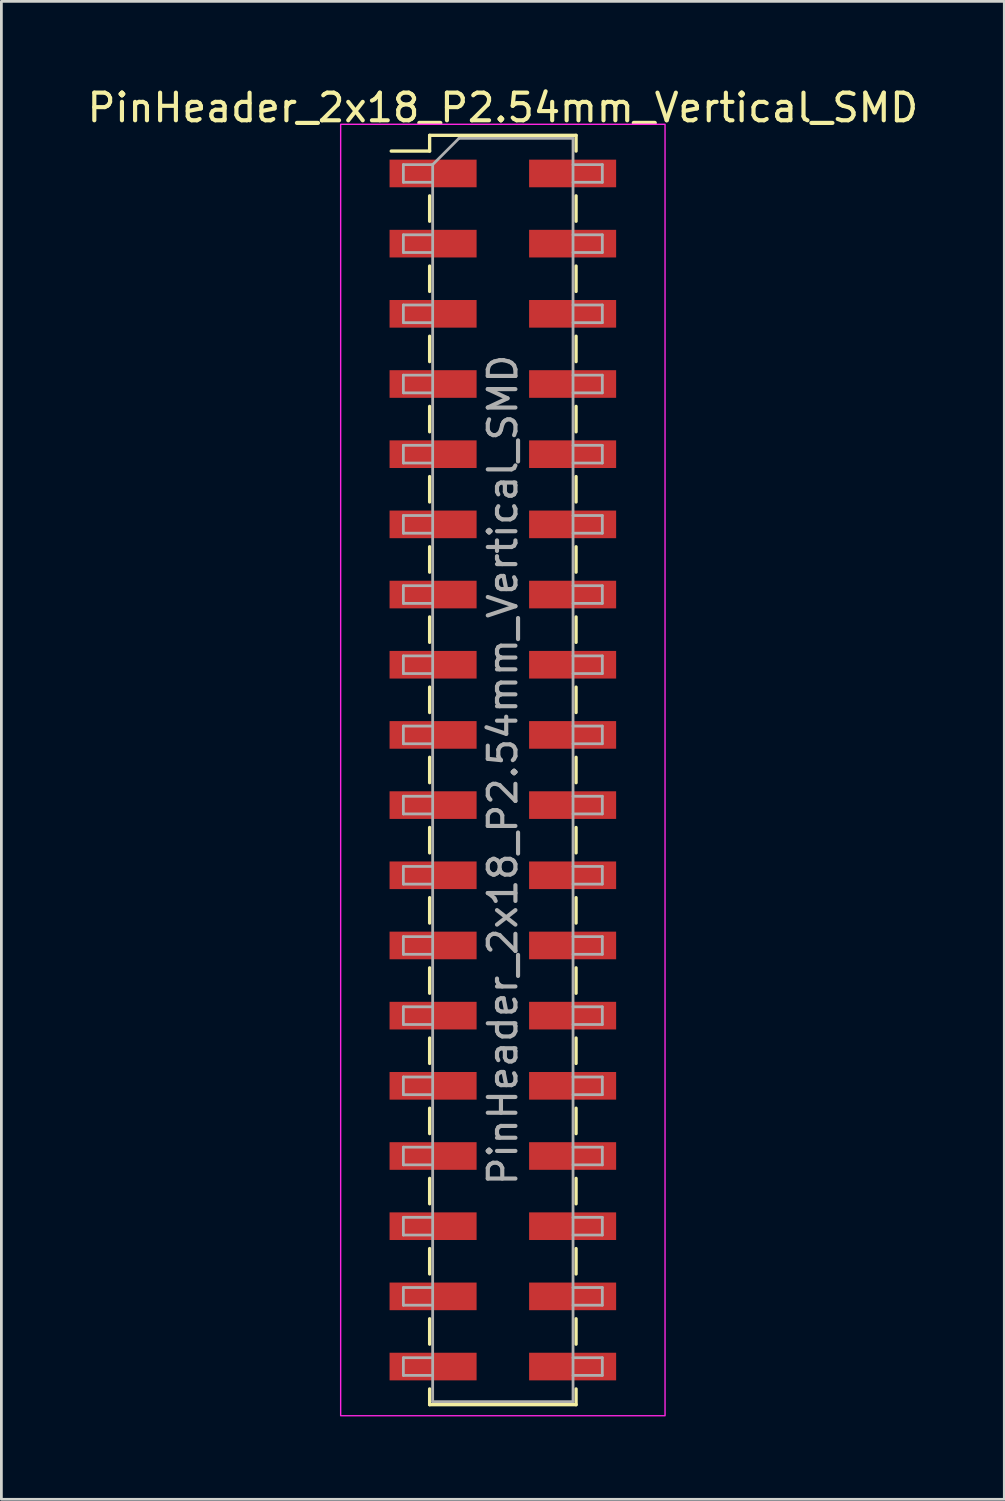
<source format=kicad_pcb>
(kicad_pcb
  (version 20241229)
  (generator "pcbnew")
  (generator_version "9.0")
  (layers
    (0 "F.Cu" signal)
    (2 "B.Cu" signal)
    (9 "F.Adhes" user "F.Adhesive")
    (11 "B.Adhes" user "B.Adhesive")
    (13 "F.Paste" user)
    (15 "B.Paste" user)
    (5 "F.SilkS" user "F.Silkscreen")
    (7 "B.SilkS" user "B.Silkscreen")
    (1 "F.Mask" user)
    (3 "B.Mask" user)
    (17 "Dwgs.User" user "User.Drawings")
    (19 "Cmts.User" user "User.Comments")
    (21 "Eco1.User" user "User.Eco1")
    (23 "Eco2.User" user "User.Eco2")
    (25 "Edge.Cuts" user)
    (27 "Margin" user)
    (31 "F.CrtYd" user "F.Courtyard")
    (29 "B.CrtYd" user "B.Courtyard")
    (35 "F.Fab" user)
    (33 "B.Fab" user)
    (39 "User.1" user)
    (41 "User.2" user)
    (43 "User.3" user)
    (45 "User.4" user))
  (footprint "PinHeader_2x18_P2.54mm_Vertical_SMD"
    (layer "F.Cu")
    (at 15.149 24.818)
    (property "Reference" "PinHeader_2x18_P2.54mm_Vertical_SMD" (at 0 -23.97 0) (layer "F.SilkS") (effects (font (size 1 1) (thickness 0.15))))
    (attr smd)
    (fp_line (start -4.04 -22.4) (end -2.65 -22.4) (stroke (width 0.12) (type solid)) (layer "F.SilkS"))
    (fp_line (start -2.65 -22.97) (end -2.65 -22.4) (stroke (width 0.12) (type solid)) (layer "F.SilkS"))
    (fp_line (start -2.65 -22.97) (end 2.65 -22.97) (stroke (width 0.12) (type solid)) (layer "F.SilkS"))
    (fp_line (start -2.65 -20.78) (end -2.65 -19.86) (stroke (width 0.12) (type solid)) (layer "F.SilkS"))
    (fp_line (start -2.65 -18.24) (end -2.65 -17.32) (stroke (width 0.12) (type solid)) (layer "F.SilkS"))
    (fp_line (start -2.65 -15.7) (end -2.65 -14.78) (stroke (width 0.12) (type solid)) (layer "F.SilkS"))
    (fp_line (start -2.65 -13.16) (end -2.65 -12.24) (stroke (width 0.12) (type solid)) (layer "F.SilkS"))
    (fp_line (start -2.65 -10.62) (end -2.65 -9.7) (stroke (width 0.12) (type solid)) (layer "F.SilkS"))
    (fp_line (start -2.65 -8.08) (end -2.65 -7.16) (stroke (width 0.12) (type solid)) (layer "F.SilkS"))
    (fp_line (start -2.65 -5.54) (end -2.65 -4.62) (stroke (width 0.12) (type solid)) (layer "F.SilkS"))
    (fp_line (start -2.65 -3) (end -2.65 -2.08) (stroke (width 0.12) (type solid)) (layer "F.SilkS"))
    (fp_line (start -2.65 -0.46) (end -2.65 0.46) (stroke (width 0.12) (type solid)) (layer "F.SilkS"))
    (fp_line (start -2.65 2.08) (end -2.65 3) (stroke (width 0.12) (type solid)) (layer "F.SilkS"))
    (fp_line (start -2.65 4.62) (end -2.65 5.54) (stroke (width 0.12) (type solid)) (layer "F.SilkS"))
    (fp_line (start -2.65 7.16) (end -2.65 8.08) (stroke (width 0.12) (type solid)) (layer "F.SilkS"))
    (fp_line (start -2.65 9.7) (end -2.65 10.62) (stroke (width 0.12) (type solid)) (layer "F.SilkS"))
    (fp_line (start -2.65 12.24) (end -2.65 13.16) (stroke (width 0.12) (type solid)) (layer "F.SilkS"))
    (fp_line (start -2.65 14.78) (end -2.65 15.7) (stroke (width 0.12) (type solid)) (layer "F.SilkS"))
    (fp_line (start -2.65 17.32) (end -2.65 18.24) (stroke (width 0.12) (type solid)) (layer "F.SilkS"))
    (fp_line (start -2.65 19.86) (end -2.65 20.78) (stroke (width 0.12) (type solid)) (layer "F.SilkS"))
    (fp_line (start -2.65 22.4) (end -2.65 22.97) (stroke (width 0.12) (type solid)) (layer "F.SilkS"))
    (fp_line (start -2.65 22.97) (end 2.65 22.97) (stroke (width 0.12) (type solid)) (layer "F.SilkS"))
    (fp_line (start 2.65 -22.97) (end 2.65 -22.4) (stroke (width 0.12) (type solid)) (layer "F.SilkS"))
    (fp_line (start 2.65 -20.78) (end 2.65 -19.86) (stroke (width 0.12) (type solid)) (layer "F.SilkS"))
    (fp_line (start 2.65 -18.24) (end 2.65 -17.32) (stroke (width 0.12) (type solid)) (layer "F.SilkS"))
    (fp_line (start 2.65 -15.7) (end 2.65 -14.78) (stroke (width 0.12) (type solid)) (layer "F.SilkS"))
    (fp_line (start 2.65 -13.16) (end 2.65 -12.24) (stroke (width 0.12) (type solid)) (layer "F.SilkS"))
    (fp_line (start 2.65 -10.62) (end 2.65 -9.7) (stroke (width 0.12) (type solid)) (layer "F.SilkS"))
    (fp_line (start 2.65 -8.08) (end 2.65 -7.16) (stroke (width 0.12) (type solid)) (layer "F.SilkS"))
    (fp_line (start 2.65 -5.54) (end 2.65 -4.62) (stroke (width 0.12) (type solid)) (layer "F.SilkS"))
    (fp_line (start 2.65 -3) (end 2.65 -2.08) (stroke (width 0.12) (type solid)) (layer "F.SilkS"))
    (fp_line (start 2.65 -0.46) (end 2.65 0.46) (stroke (width 0.12) (type solid)) (layer "F.SilkS"))
    (fp_line (start 2.65 2.08) (end 2.65 3) (stroke (width 0.12) (type solid)) (layer "F.SilkS"))
    (fp_line (start 2.65 4.62) (end 2.65 5.54) (stroke (width 0.12) (type solid)) (layer "F.SilkS"))
    (fp_line (start 2.65 7.16) (end 2.65 8.08) (stroke (width 0.12) (type solid)) (layer "F.SilkS"))
    (fp_line (start 2.65 9.7) (end 2.65 10.62) (stroke (width 0.12) (type solid)) (layer "F.SilkS"))
    (fp_line (start 2.65 12.24) (end 2.65 13.16) (stroke (width 0.12) (type solid)) (layer "F.SilkS"))
    (fp_line (start 2.65 14.78) (end 2.65 15.7) (stroke (width 0.12) (type solid)) (layer "F.SilkS"))
    (fp_line (start 2.65 17.32) (end 2.65 18.24) (stroke (width 0.12) (type solid)) (layer "F.SilkS"))
    (fp_line (start 2.65 19.86) (end 2.65 20.78) (stroke (width 0.12) (type solid)) (layer "F.SilkS"))
    (fp_line (start 2.65 22.4) (end 2.65 22.97) (stroke (width 0.12) (type solid)) (layer "F.SilkS"))
    (fp_rect (start -5.87 -23.37) (end 5.87 23.37) (stroke (width 0.05) (type solid)) (fill no) (layer "F.CrtYd"))
    (fp_line (start -3.6 -21.91) (end -3.6 -21.27) (stroke (width 0.1) (type solid)) (layer "F.Fab"))
    (fp_line (start -3.6 -21.27) (end -2.54 -21.27) (stroke (width 0.1) (type solid)) (layer "F.Fab"))
    (fp_line (start -3.6 -19.37) (end -3.6 -18.73) (stroke (width 0.1) (type solid)) (layer "F.Fab"))
    (fp_line (start -3.6 -18.73) (end -2.54 -18.73) (stroke (width 0.1) (type solid)) (layer "F.Fab"))
    (fp_line (start -3.6 -16.83) (end -3.6 -16.19) (stroke (width 0.1) (type solid)) (layer "F.Fab"))
    (fp_line (start -3.6 -16.19) (end -2.54 -16.19) (stroke (width 0.1) (type solid)) (layer "F.Fab"))
    (fp_line (start -3.6 -14.29) (end -3.6 -13.65) (stroke (width 0.1) (type solid)) (layer "F.Fab"))
    (fp_line (start -3.6 -13.65) (end -2.54 -13.65) (stroke (width 0.1) (type solid)) (layer "F.Fab"))
    (fp_line (start -3.6 -11.75) (end -3.6 -11.11) (stroke (width 0.1) (type solid)) (layer "F.Fab"))
    (fp_line (start -3.6 -11.11) (end -2.54 -11.11) (stroke (width 0.1) (type solid)) (layer "F.Fab"))
    (fp_line (start -3.6 -9.21) (end -3.6 -8.57) (stroke (width 0.1) (type solid)) (layer "F.Fab"))
    (fp_line (start -3.6 -8.57) (end -2.54 -8.57) (stroke (width 0.1) (type solid)) (layer "F.Fab"))
    (fp_line (start -3.6 -6.67) (end -3.6 -6.03) (stroke (width 0.1) (type solid)) (layer "F.Fab"))
    (fp_line (start -3.6 -6.03) (end -2.54 -6.03) (stroke (width 0.1) (type solid)) (layer "F.Fab"))
    (fp_line (start -3.6 -4.13) (end -3.6 -3.49) (stroke (width 0.1) (type solid)) (layer "F.Fab"))
    (fp_line (start -3.6 -3.49) (end -2.54 -3.49) (stroke (width 0.1) (type solid)) (layer "F.Fab"))
    (fp_line (start -3.6 -1.59) (end -3.6 -0.95) (stroke (width 0.1) (type solid)) (layer "F.Fab"))
    (fp_line (start -3.6 -0.95) (end -2.54 -0.95) (stroke (width 0.1) (type solid)) (layer "F.Fab"))
    (fp_line (start -3.6 0.95) (end -3.6 1.59) (stroke (width 0.1) (type solid)) (layer "F.Fab"))
    (fp_line (start -3.6 1.59) (end -2.54 1.59) (stroke (width 0.1) (type solid)) (layer "F.Fab"))
    (fp_line (start -3.6 3.49) (end -3.6 4.13) (stroke (width 0.1) (type solid)) (layer "F.Fab"))
    (fp_line (start -3.6 4.13) (end -2.54 4.13) (stroke (width 0.1) (type solid)) (layer "F.Fab"))
    (fp_line (start -3.6 6.03) (end -3.6 6.67) (stroke (width 0.1) (type solid)) (layer "F.Fab"))
    (fp_line (start -3.6 6.67) (end -2.54 6.67) (stroke (width 0.1) (type solid)) (layer "F.Fab"))
    (fp_line (start -3.6 8.57) (end -3.6 9.21) (stroke (width 0.1) (type solid)) (layer "F.Fab"))
    (fp_line (start -3.6 9.21) (end -2.54 9.21) (stroke (width 0.1) (type solid)) (layer "F.Fab"))
    (fp_line (start -3.6 11.11) (end -3.6 11.75) (stroke (width 0.1) (type solid)) (layer "F.Fab"))
    (fp_line (start -3.6 11.75) (end -2.54 11.75) (stroke (width 0.1) (type solid)) (layer "F.Fab"))
    (fp_line (start -3.6 13.65) (end -3.6 14.29) (stroke (width 0.1) (type solid)) (layer "F.Fab"))
    (fp_line (start -3.6 14.29) (end -2.54 14.29) (stroke (width 0.1) (type solid)) (layer "F.Fab"))
    (fp_line (start -3.6 16.19) (end -3.6 16.83) (stroke (width 0.1) (type solid)) (layer "F.Fab"))
    (fp_line (start -3.6 16.83) (end -2.54 16.83) (stroke (width 0.1) (type solid)) (layer "F.Fab"))
    (fp_line (start -3.6 18.73) (end -3.6 19.37) (stroke (width 0.1) (type solid)) (layer "F.Fab"))
    (fp_line (start -3.6 19.37) (end -2.54 19.37) (stroke (width 0.1) (type solid)) (layer "F.Fab"))
    (fp_line (start -3.6 21.27) (end -3.6 21.91) (stroke (width 0.1) (type solid)) (layer "F.Fab"))
    (fp_line (start -3.6 21.91) (end -2.54 21.91) (stroke (width 0.1) (type solid)) (layer "F.Fab"))
    (fp_line (start -2.54 -21.91) (end -3.6 -21.91) (stroke (width 0.1) (type solid)) (layer "F.Fab"))
    (fp_line (start -2.54 -21.91) (end -1.59 -22.86) (stroke (width 0.1) (type solid)) (layer "F.Fab"))
    (fp_line (start -2.54 -19.37) (end -3.6 -19.37) (stroke (width 0.1) (type solid)) (layer "F.Fab"))
    (fp_line (start -2.54 -16.83) (end -3.6 -16.83) (stroke (width 0.1) (type solid)) (layer "F.Fab"))
    (fp_line (start -2.54 -14.29) (end -3.6 -14.29) (stroke (width 0.1) (type solid)) (layer "F.Fab"))
    (fp_line (start -2.54 -11.75) (end -3.6 -11.75) (stroke (width 0.1) (type solid)) (layer "F.Fab"))
    (fp_line (start -2.54 -9.21) (end -3.6 -9.21) (stroke (width 0.1) (type solid)) (layer "F.Fab"))
    (fp_line (start -2.54 -6.67) (end -3.6 -6.67) (stroke (width 0.1) (type solid)) (layer "F.Fab"))
    (fp_line (start -2.54 -4.13) (end -3.6 -4.13) (stroke (width 0.1) (type solid)) (layer "F.Fab"))
    (fp_line (start -2.54 -1.59) (end -3.6 -1.59) (stroke (width 0.1) (type solid)) (layer "F.Fab"))
    (fp_line (start -2.54 0.95) (end -3.6 0.95) (stroke (width 0.1) (type solid)) (layer "F.Fab"))
    (fp_line (start -2.54 3.49) (end -3.6 3.49) (stroke (width 0.1) (type solid)) (layer "F.Fab"))
    (fp_line (start -2.54 6.03) (end -3.6 6.03) (stroke (width 0.1) (type solid)) (layer "F.Fab"))
    (fp_line (start -2.54 8.57) (end -3.6 8.57) (stroke (width 0.1) (type solid)) (layer "F.Fab"))
    (fp_line (start -2.54 11.11) (end -3.6 11.11) (stroke (width 0.1) (type solid)) (layer "F.Fab"))
    (fp_line (start -2.54 13.65) (end -3.6 13.65) (stroke (width 0.1) (type solid)) (layer "F.Fab"))
    (fp_line (start -2.54 16.19) (end -3.6 16.19) (stroke (width 0.1) (type solid)) (layer "F.Fab"))
    (fp_line (start -2.54 18.73) (end -3.6 18.73) (stroke (width 0.1) (type solid)) (layer "F.Fab"))
    (fp_line (start -2.54 21.27) (end -3.6 21.27) (stroke (width 0.1) (type solid)) (layer "F.Fab"))
    (fp_line (start -2.54 22.86) (end -2.54 -21.91) (stroke (width 0.1) (type solid)) (layer "F.Fab"))
    (fp_line (start -1.59 -22.86) (end 2.54 -22.86) (stroke (width 0.1) (type solid)) (layer "F.Fab"))
    (fp_line (start 2.54 -22.86) (end 2.54 22.86) (stroke (width 0.1) (type solid)) (layer "F.Fab"))
    (fp_line (start 2.54 -21.91) (end 3.6 -21.91) (stroke (width 0.1) (type solid)) (layer "F.Fab"))
    (fp_line (start 2.54 -19.37) (end 3.6 -19.37) (stroke (width 0.1) (type solid)) (layer "F.Fab"))
    (fp_line (start 2.54 -16.83) (end 3.6 -16.83) (stroke (width 0.1) (type solid)) (layer "F.Fab"))
    (fp_line (start 2.54 -14.29) (end 3.6 -14.29) (stroke (width 0.1) (type solid)) (layer "F.Fab"))
    (fp_line (start 2.54 -11.75) (end 3.6 -11.75) (stroke (width 0.1) (type solid)) (layer "F.Fab"))
    (fp_line (start 2.54 -9.21) (end 3.6 -9.21) (stroke (width 0.1) (type solid)) (layer "F.Fab"))
    (fp_line (start 2.54 -6.67) (end 3.6 -6.67) (stroke (width 0.1) (type solid)) (layer "F.Fab"))
    (fp_line (start 2.54 -4.13) (end 3.6 -4.13) (stroke (width 0.1) (type solid)) (layer "F.Fab"))
    (fp_line (start 2.54 -1.59) (end 3.6 -1.59) (stroke (width 0.1) (type solid)) (layer "F.Fab"))
    (fp_line (start 2.54 0.95) (end 3.6 0.95) (stroke (width 0.1) (type solid)) (layer "F.Fab"))
    (fp_line (start 2.54 3.49) (end 3.6 3.49) (stroke (width 0.1) (type solid)) (layer "F.Fab"))
    (fp_line (start 2.54 6.03) (end 3.6 6.03) (stroke (width 0.1) (type solid)) (layer "F.Fab"))
    (fp_line (start 2.54 8.57) (end 3.6 8.57) (stroke (width 0.1) (type solid)) (layer "F.Fab"))
    (fp_line (start 2.54 11.11) (end 3.6 11.11) (stroke (width 0.1) (type solid)) (layer "F.Fab"))
    (fp_line (start 2.54 13.65) (end 3.6 13.65) (stroke (width 0.1) (type solid)) (layer "F.Fab"))
    (fp_line (start 2.54 16.19) (end 3.6 16.19) (stroke (width 0.1) (type solid)) (layer "F.Fab"))
    (fp_line (start 2.54 18.73) (end 3.6 18.73) (stroke (width 0.1) (type solid)) (layer "F.Fab"))
    (fp_line (start 2.54 21.27) (end 3.6 21.27) (stroke (width 0.1) (type solid)) (layer "F.Fab"))
    (fp_line (start 2.54 22.86) (end -2.54 22.86) (stroke (width 0.1) (type solid)) (layer "F.Fab"))
    (fp_line (start 3.6 -21.91) (end 3.6 -21.27) (stroke (width 0.1) (type solid)) (layer "F.Fab"))
    (fp_line (start 3.6 -21.27) (end 2.54 -21.27) (stroke (width 0.1) (type solid)) (layer "F.Fab"))
    (fp_line (start 3.6 -19.37) (end 3.6 -18.73) (stroke (width 0.1) (type solid)) (layer "F.Fab"))
    (fp_line (start 3.6 -18.73) (end 2.54 -18.73) (stroke (width 0.1) (type solid)) (layer "F.Fab"))
    (fp_line (start 3.6 -16.83) (end 3.6 -16.19) (stroke (width 0.1) (type solid)) (layer "F.Fab"))
    (fp_line (start 3.6 -16.19) (end 2.54 -16.19) (stroke (width 0.1) (type solid)) (layer "F.Fab"))
    (fp_line (start 3.6 -14.29) (end 3.6 -13.65) (stroke (width 0.1) (type solid)) (layer "F.Fab"))
    (fp_line (start 3.6 -13.65) (end 2.54 -13.65) (stroke (width 0.1) (type solid)) (layer "F.Fab"))
    (fp_line (start 3.6 -11.75) (end 3.6 -11.11) (stroke (width 0.1) (type solid)) (layer "F.Fab"))
    (fp_line (start 3.6 -11.11) (end 2.54 -11.11) (stroke (width 0.1) (type solid)) (layer "F.Fab"))
    (fp_line (start 3.6 -9.21) (end 3.6 -8.57) (stroke (width 0.1) (type solid)) (layer "F.Fab"))
    (fp_line (start 3.6 -8.57) (end 2.54 -8.57) (stroke (width 0.1) (type solid)) (layer "F.Fab"))
    (fp_line (start 3.6 -6.67) (end 3.6 -6.03) (stroke (width 0.1) (type solid)) (layer "F.Fab"))
    (fp_line (start 3.6 -6.03) (end 2.54 -6.03) (stroke (width 0.1) (type solid)) (layer "F.Fab"))
    (fp_line (start 3.6 -4.13) (end 3.6 -3.49) (stroke (width 0.1) (type solid)) (layer "F.Fab"))
    (fp_line (start 3.6 -3.49) (end 2.54 -3.49) (stroke (width 0.1) (type solid)) (layer "F.Fab"))
    (fp_line (start 3.6 -1.59) (end 3.6 -0.95) (stroke (width 0.1) (type solid)) (layer "F.Fab"))
    (fp_line (start 3.6 -0.95) (end 2.54 -0.95) (stroke (width 0.1) (type solid)) (layer "F.Fab"))
    (fp_line (start 3.6 0.95) (end 3.6 1.59) (stroke (width 0.1) (type solid)) (layer "F.Fab"))
    (fp_line (start 3.6 1.59) (end 2.54 1.59) (stroke (width 0.1) (type solid)) (layer "F.Fab"))
    (fp_line (start 3.6 3.49) (end 3.6 4.13) (stroke (width 0.1) (type solid)) (layer "F.Fab"))
    (fp_line (start 3.6 4.13) (end 2.54 4.13) (stroke (width 0.1) (type solid)) (layer "F.Fab"))
    (fp_line (start 3.6 6.03) (end 3.6 6.67) (stroke (width 0.1) (type solid)) (layer "F.Fab"))
    (fp_line (start 3.6 6.67) (end 2.54 6.67) (stroke (width 0.1) (type solid)) (layer "F.Fab"))
    (fp_line (start 3.6 8.57) (end 3.6 9.21) (stroke (width 0.1) (type solid)) (layer "F.Fab"))
    (fp_line (start 3.6 9.21) (end 2.54 9.21) (stroke (width 0.1) (type solid)) (layer "F.Fab"))
    (fp_line (start 3.6 11.11) (end 3.6 11.75) (stroke (width 0.1) (type solid)) (layer "F.Fab"))
    (fp_line (start 3.6 11.75) (end 2.54 11.75) (stroke (width 0.1) (type solid)) (layer "F.Fab"))
    (fp_line (start 3.6 13.65) (end 3.6 14.29) (stroke (width 0.1) (type solid)) (layer "F.Fab"))
    (fp_line (start 3.6 14.29) (end 2.54 14.29) (stroke (width 0.1) (type solid)) (layer "F.Fab"))
    (fp_line (start 3.6 16.19) (end 3.6 16.83) (stroke (width 0.1) (type solid)) (layer "F.Fab"))
    (fp_line (start 3.6 16.83) (end 2.54 16.83) (stroke (width 0.1) (type solid)) (layer "F.Fab"))
    (fp_line (start 3.6 18.73) (end 3.6 19.37) (stroke (width 0.1) (type solid)) (layer "F.Fab"))
    (fp_line (start 3.6 19.37) (end 2.54 19.37) (stroke (width 0.1) (type solid)) (layer "F.Fab"))
    (fp_line (start 3.6 21.27) (end 3.6 21.91) (stroke (width 0.1) (type solid)) (layer "F.Fab"))
    (fp_line (start 3.6 21.91) (end 2.54 21.91) (stroke (width 0.1) (type solid)) (layer "F.Fab"))
    (fp_text user "${REFERENCE}" (at 0 0 90) (layer "F.Fab") (effects (font (size 1 1) (thickness 0.15))))
    (pad "1" smd rect (at -2.525 -21.59) (size 3.15 1) (layers "F.Cu" "F.Mask" "F.Paste"))
    (pad "2" smd rect (at 2.525 -21.59) (size 3.15 1) (layers "F.Cu" "F.Mask" "F.Paste"))
    (pad "3" smd rect (at -2.525 -19.05) (size 3.15 1) (layers "F.Cu" "F.Mask" "F.Paste"))
    (pad "4" smd rect (at 2.525 -19.05) (size 3.15 1) (layers "F.Cu" "F.Mask" "F.Paste"))
    (pad "5" smd rect (at -2.525 -16.51) (size 3.15 1) (layers "F.Cu" "F.Mask" "F.Paste"))
    (pad "6" smd rect (at 2.525 -16.51) (size 3.15 1) (layers "F.Cu" "F.Mask" "F.Paste"))
    (pad "7" smd rect (at -2.525 -13.97) (size 3.15 1) (layers "F.Cu" "F.Mask" "F.Paste"))
    (pad "8" smd rect (at 2.525 -13.97) (size 3.15 1) (layers "F.Cu" "F.Mask" "F.Paste"))
    (pad "9" smd rect (at -2.525 -11.43) (size 3.15 1) (layers "F.Cu" "F.Mask" "F.Paste"))
    (pad "10" smd rect (at 2.525 -11.43) (size 3.15 1) (layers "F.Cu" "F.Mask" "F.Paste"))
    (pad "11" smd rect (at -2.525 -8.89) (size 3.15 1) (layers "F.Cu" "F.Mask" "F.Paste"))
    (pad "12" smd rect (at 2.525 -8.89) (size 3.15 1) (layers "F.Cu" "F.Mask" "F.Paste"))
    (pad "13" smd rect (at -2.525 -6.35) (size 3.15 1) (layers "F.Cu" "F.Mask" "F.Paste"))
    (pad "14" smd rect (at 2.525 -6.35) (size 3.15 1) (layers "F.Cu" "F.Mask" "F.Paste"))
    (pad "15" smd rect (at -2.525 -3.81) (size 3.15 1) (layers "F.Cu" "F.Mask" "F.Paste"))
    (pad "16" smd rect (at 2.525 -3.81) (size 3.15 1) (layers "F.Cu" "F.Mask" "F.Paste"))
    (pad "17" smd rect (at -2.525 -1.27) (size 3.15 1) (layers "F.Cu" "F.Mask" "F.Paste"))
    (pad "18" smd rect (at 2.525 -1.27) (size 3.15 1) (layers "F.Cu" "F.Mask" "F.Paste"))
    (pad "19" smd rect (at -2.525 1.27) (size 3.15 1) (layers "F.Cu" "F.Mask" "F.Paste"))
    (pad "20" smd rect (at 2.525 1.27) (size 3.15 1) (layers "F.Cu" "F.Mask" "F.Paste"))
    (pad "21" smd rect (at -2.525 3.81) (size 3.15 1) (layers "F.Cu" "F.Mask" "F.Paste"))
    (pad "22" smd rect (at 2.525 3.81) (size 3.15 1) (layers "F.Cu" "F.Mask" "F.Paste"))
    (pad "23" smd rect (at -2.525 6.35) (size 3.15 1) (layers "F.Cu" "F.Mask" "F.Paste"))
    (pad "24" smd rect (at 2.525 6.35) (size 3.15 1) (layers "F.Cu" "F.Mask" "F.Paste"))
    (pad "25" smd rect (at -2.525 8.89) (size 3.15 1) (layers "F.Cu" "F.Mask" "F.Paste"))
    (pad "26" smd rect (at 2.525 8.89) (size 3.15 1) (layers "F.Cu" "F.Mask" "F.Paste"))
    (pad "27" smd rect (at -2.525 11.43) (size 3.15 1) (layers "F.Cu" "F.Mask" "F.Paste"))
    (pad "28" smd rect (at 2.525 11.43) (size 3.15 1) (layers "F.Cu" "F.Mask" "F.Paste"))
    (pad "29" smd rect (at -2.525 13.97) (size 3.15 1) (layers "F.Cu" "F.Mask" "F.Paste"))
    (pad "30" smd rect (at 2.525 13.97) (size 3.15 1) (layers "F.Cu" "F.Mask" "F.Paste"))
    (pad "31" smd rect (at -2.525 16.51) (size 3.15 1) (layers "F.Cu" "F.Mask" "F.Paste"))
    (pad "32" smd rect (at 2.525 16.51) (size 3.15 1) (layers "F.Cu" "F.Mask" "F.Paste"))
    (pad "33" smd rect (at -2.525 19.05) (size 3.15 1) (layers "F.Cu" "F.Mask" "F.Paste"))
    (pad "34" smd rect (at 2.525 19.05) (size 3.15 1) (layers "F.Cu" "F.Mask" "F.Paste"))
    (pad "35" smd rect (at -2.525 21.59) (size 3.15 1) (layers "F.Cu" "F.Mask" "F.Paste"))
    (pad "36" smd rect (at 2.525 21.59) (size 3.15 1) (layers "F.Cu" "F.Mask" "F.Paste")))
  (gr_rect
    (start -3 -3)
    (end 33.298 51.213)
    (stroke (width 0.1) (type default))
    (fill no)
    (layer "Edge.Cuts")))
</source>
